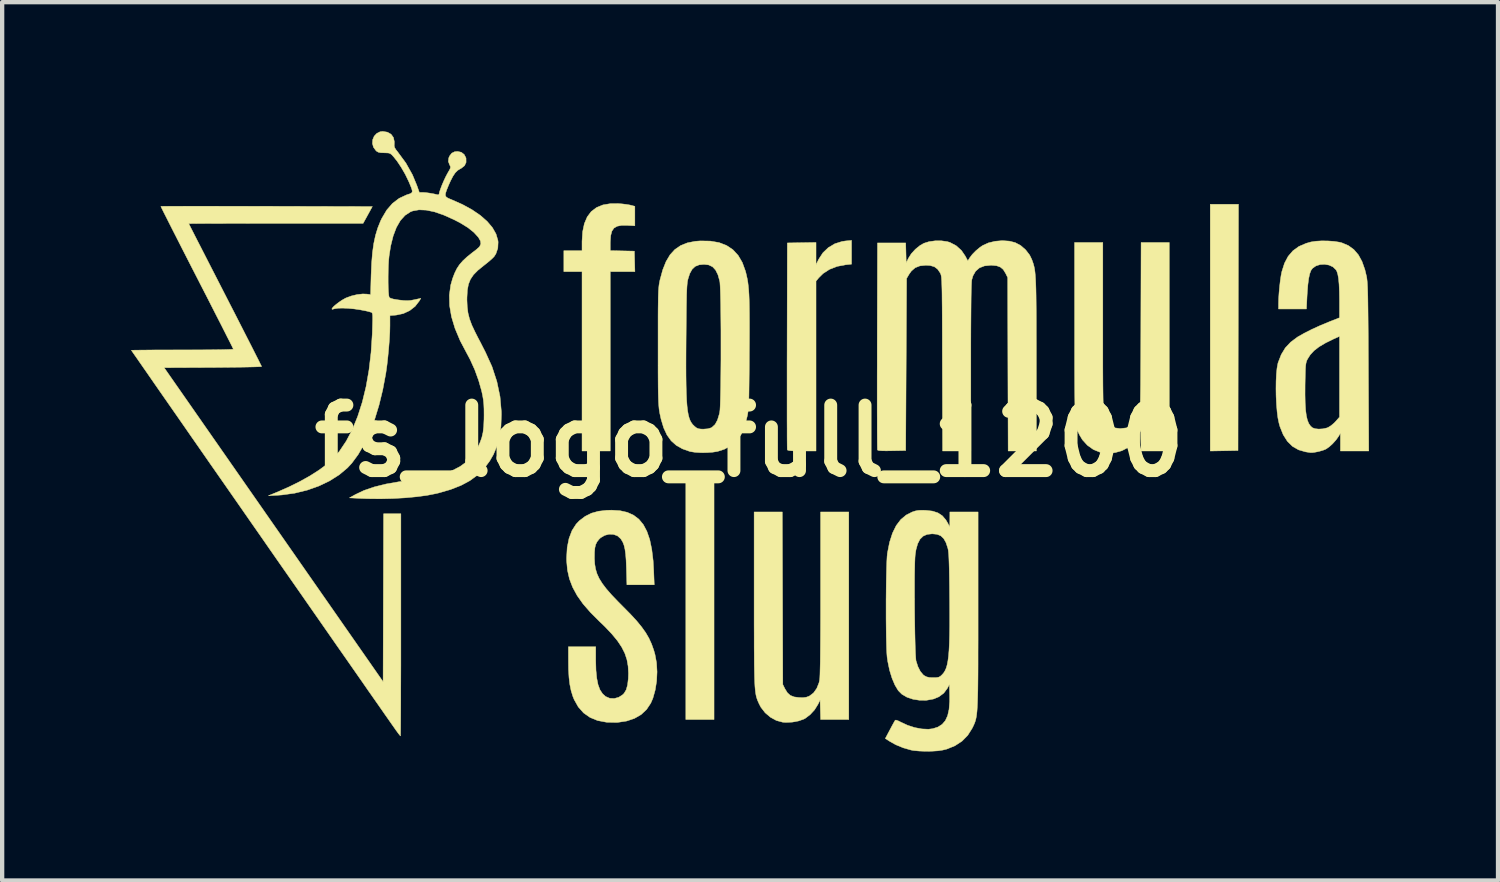
<source format=kicad_pcb>
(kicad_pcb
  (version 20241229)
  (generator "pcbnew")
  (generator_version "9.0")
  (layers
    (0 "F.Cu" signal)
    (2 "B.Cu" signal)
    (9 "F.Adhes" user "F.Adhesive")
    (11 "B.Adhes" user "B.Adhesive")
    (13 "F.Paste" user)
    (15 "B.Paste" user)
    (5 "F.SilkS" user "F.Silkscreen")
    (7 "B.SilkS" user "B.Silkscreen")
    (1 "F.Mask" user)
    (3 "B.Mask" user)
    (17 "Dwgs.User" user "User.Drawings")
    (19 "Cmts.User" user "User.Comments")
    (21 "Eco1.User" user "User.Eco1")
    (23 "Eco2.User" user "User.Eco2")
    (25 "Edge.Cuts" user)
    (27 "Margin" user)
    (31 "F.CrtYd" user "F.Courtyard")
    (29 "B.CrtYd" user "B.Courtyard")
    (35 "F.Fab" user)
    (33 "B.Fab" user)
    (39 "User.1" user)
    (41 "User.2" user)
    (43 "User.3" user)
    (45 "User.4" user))
  (footprint "fs_logo_full_1200"
    (layer "F.Cu")
    (at 14.377 7.202)
    (property "Reference" "fs_logo_full_1200" (at 0 0 0) (layer "F.SilkS") (effects (font (size 1.524 1.524) (thickness 0.3))))
    (attr through_hole)
    (fp_poly (pts (xy -0.826 6.477) (xy -1.482 6.477) (xy -1.482 0.762) (xy -0.826 0.762) (xy -0.826 6.477)) (stroke (width 0.01) (type solid)) (fill yes) (layer "F.SilkS"))
    (fp_poly (pts (xy 11.361 -2.641) (xy 11.356 0.222) (xy 11.033 0.228) (xy 10.71 0.234) (xy 10.71 -5.503) (xy 11.367 -5.503) (xy 11.361 -2.641)) (stroke (width 0.01) (type solid)) (fill yes) (layer "F.SilkS"))
    (fp_poly (pts (xy -2.958 -5.511) (xy -2.861 -5.499) (xy -2.783 -5.486) (xy -2.768 -5.482) (xy -2.667 -5.456) (xy -2.667 -5.003) (xy -2.844 -5.012) (xy -2.978 -5.012) (xy -3.08 -4.992) (xy -3.153 -4.949) (xy -3.201 -4.878) (xy -3.228 -4.775) (xy -3.238 -4.637) (xy -3.239 -4.604) (xy -3.239 -4.425) (xy -2.958 -4.419) (xy -2.678 -4.413) (xy -2.666 -3.937) (xy -3.239 -3.937) (xy -3.239 0.233) (xy -3.895 0.233) (xy -3.895 -3.937) (xy -4.318 -3.937) (xy -4.318 -4.424) (xy -3.895 -4.424) (xy -3.895 -4.642) (xy -3.881 -4.864) (xy -3.841 -5.053) (xy -3.774 -5.21) (xy -3.68 -5.335) (xy -3.558 -5.427) (xy -3.409 -5.488) (xy -3.231 -5.518) (xy -3.059 -5.519) (xy -2.958 -5.511)) (stroke (width 0.01) (type solid)) (fill yes) (layer "F.SilkS"))
    (fp_poly (pts (xy 2.371 -4.111) (xy 2.231 -4.096) (xy 2.033 -4.058) (xy 1.857 -3.989) (xy 1.708 -3.892) (xy 1.61 -3.795) (xy 1.545 -3.716) (xy 1.545 0.233) (xy 1.216 0.233) (xy 1.081 0.232) (xy 0.984 0.229) (xy 0.921 0.223) (xy 0.887 0.214) (xy 0.878 0.206) (xy 0.876 0.182) (xy 0.875 0.118) (xy 0.874 0.017) (xy 0.873 -0.118) (xy 0.873 -0.284) (xy 0.872 -0.479) (xy 0.872 -0.701) (xy 0.872 -0.946) (xy 0.872 -1.211) (xy 0.872 -1.495) (xy 0.872 -1.794) (xy 0.873 -2.105) (xy 0.873 -2.212) (xy 0.878 -4.604) (xy 1.545 -4.615) (xy 1.545 -4.1) (xy 1.609 -4.228) (xy 1.706 -4.376) (xy 1.832 -4.496) (xy 1.982 -4.585) (xy 2.151 -4.638) (xy 2.231 -4.65) (xy 2.371 -4.663) (xy 2.371 -4.111)) (stroke (width 0.01) (type solid)) (fill yes) (layer "F.SilkS"))
    (fp_poly (pts (xy 0.773 5.662) (xy 0.823 5.763) (xy 0.88 5.855) (xy 0.948 5.916) (xy 1.038 5.951) (xy 1.155 5.966) (xy 1.247 5.967) (xy 1.315 5.959) (xy 1.374 5.938) (xy 1.395 5.928) (xy 1.488 5.857) (xy 1.562 5.753) (xy 1.614 5.623) (xy 1.628 5.559) (xy 1.633 5.51) (xy 1.637 5.422) (xy 1.64 5.294) (xy 1.644 5.125) (xy 1.646 4.916) (xy 1.648 4.666) (xy 1.65 4.375) (xy 1.651 4.042) (xy 1.651 3.667) (xy 1.651 3.538) (xy 1.651 1.651) (xy 2.307 1.651) (xy 2.307 6.477) (xy 1.652 6.477) (xy 1.646 6.249) (xy 1.64 6.022) (xy 1.592 6.121) (xy 1.512 6.25) (xy 1.409 6.362) (xy 1.296 6.448) (xy 1.263 6.466) (xy 1.139 6.51) (xy 0.993 6.537) (xy 0.845 6.544) (xy 0.772 6.539) (xy 0.625 6.5) (xy 0.486 6.424) (xy 0.362 6.319) (xy 0.262 6.189) (xy 0.223 6.114) (xy 0.204 6.072) (xy 0.187 6.034) (xy 0.173 5.995) (xy 0.16 5.953) (xy 0.149 5.906) (xy 0.14 5.851) (xy 0.132 5.784) (xy 0.125 5.704) (xy 0.12 5.608) (xy 0.116 5.493) (xy 0.113 5.356) (xy 0.11 5.195) (xy 0.109 5.007) (xy 0.107 4.789) (xy 0.107 4.539) (xy 0.106 4.254) (xy 0.106 3.931) (xy 0.106 3.678) (xy 0.106 1.651) (xy 0.761 1.651) (xy 0.773 5.662)) (stroke (width 0.01) (type solid)) (fill yes) (layer "F.SilkS"))
    (fp_poly (pts (xy 8.213 -2.649) (xy 8.213 -2.307) (xy 8.213 -2.004) (xy 8.213 -1.739) (xy 8.214 -1.507) (xy 8.215 -1.308) (xy 8.217 -1.138) (xy 8.219 -0.994) (xy 8.222 -0.874) (xy 8.227 -0.776) (xy 8.232 -0.696) (xy 8.239 -0.631) (xy 8.247 -0.581) (xy 8.256 -0.541) (xy 8.267 -0.508) (xy 8.28 -0.482) (xy 8.294 -0.458) (xy 8.311 -0.434) (xy 8.318 -0.425) (xy 8.391 -0.35) (xy 8.486 -0.305) (xy 8.608 -0.289) (xy 8.625 -0.289) (xy 8.762 -0.304) (xy 8.873 -0.352) (xy 8.963 -0.434) (xy 9.036 -0.553) (xy 9.054 -0.597) (xy 9.061 -0.615) (xy 9.066 -0.638) (xy 9.071 -0.668) (xy 9.075 -0.709) (xy 9.079 -0.763) (xy 9.082 -0.832) (xy 9.085 -0.919) (xy 9.087 -1.027) (xy 9.089 -1.159) (xy 9.091 -1.316) (xy 9.092 -1.502) (xy 9.093 -1.72) (xy 9.095 -1.971) (xy 9.096 -2.259) (xy 9.097 -2.586) (xy 9.097 -2.651) (xy 9.103 -4.614) (xy 9.758 -4.614) (xy 9.758 0.233) (xy 9.103 0.233) (xy 9.097 -0.005) (xy 9.091 -0.243) (xy 9.039 -0.138) (xy 8.967 -0.022) (xy 8.87 0.084) (xy 8.762 0.172) (xy 8.656 0.227) (xy 8.501 0.27) (xy 8.342 0.285) (xy 8.193 0.274) (xy 8.149 0.263) (xy 7.993 0.199) (xy 7.854 0.1) (xy 7.738 -0.028) (xy 7.672 -0.138) (xy 7.654 -0.176) (xy 7.637 -0.212) (xy 7.623 -0.249) (xy 7.61 -0.289) (xy 7.6 -0.335) (xy 7.59 -0.39) (xy 7.583 -0.457) (xy 7.576 -0.537) (xy 7.571 -0.635) (xy 7.567 -0.751) (xy 7.563 -0.89) (xy 7.561 -1.053) (xy 7.559 -1.244) (xy 7.558 -1.464) (xy 7.557 -1.717) (xy 7.557 -2.005) (xy 7.557 -2.332) (xy 7.557 -2.577) (xy 7.556 -4.614) (xy 8.213 -4.614) (xy 8.213 -2.649)) (stroke (width 0.01) (type solid)) (fill yes) (layer "F.SilkS"))
    (fp_poly (pts (xy -3.014 1.621) (xy -2.845 1.659) (xy -2.698 1.725) (xy -2.574 1.819) (xy -2.47 1.945) (xy -2.387 2.102) (xy -2.321 2.293) (xy -2.274 2.52) (xy -2.242 2.783) (xy -2.229 3.011) (xy -2.216 3.344) (xy -2.852 3.344) (xy -2.863 2.958) (xy -2.87 2.777) (xy -2.881 2.633) (xy -2.897 2.517) (xy -2.919 2.425) (xy -2.948 2.35) (xy -2.987 2.286) (xy -2.998 2.271) (xy -3.071 2.206) (xy -3.164 2.172) (xy -3.266 2.168) (xy -3.369 2.195) (xy -3.463 2.25) (xy -3.501 2.287) (xy -3.546 2.344) (xy -3.577 2.407) (xy -3.596 2.484) (xy -3.605 2.585) (xy -3.607 2.718) (xy -3.607 2.731) (xy -3.6 2.857) (xy -3.581 2.974) (xy -3.548 3.085) (xy -3.497 3.197) (xy -3.425 3.313) (xy -3.331 3.437) (xy -3.21 3.576) (xy -3.061 3.732) (xy -2.943 3.851) (xy -2.77 4.026) (xy -2.626 4.182) (xy -2.51 4.324) (xy -2.415 4.457) (xy -2.339 4.588) (xy -2.278 4.722) (xy -2.227 4.865) (xy -2.199 4.964) (xy -2.163 5.158) (xy -2.151 5.368) (xy -2.161 5.583) (xy -2.194 5.79) (xy -2.247 5.98) (xy -2.297 6.096) (xy -2.394 6.242) (xy -2.521 6.361) (xy -2.677 6.451) (xy -2.859 6.512) (xy -3.065 6.543) (xy -3.291 6.542) (xy -3.334 6.538) (xy -3.534 6.5) (xy -3.709 6.428) (xy -3.859 6.323) (xy -3.982 6.184) (xy -4.078 6.013) (xy -4.11 5.934) (xy -4.15 5.802) (xy -4.179 5.659) (xy -4.198 5.499) (xy -4.209 5.312) (xy -4.211 5.138) (xy -4.212 4.784) (xy -3.577 4.784) (xy -3.577 5.106) (xy -3.571 5.329) (xy -3.553 5.514) (xy -3.523 5.665) (xy -3.479 5.784) (xy -3.42 5.875) (xy -3.347 5.942) (xy -3.346 5.942) (xy -3.25 5.983) (xy -3.145 5.988) (xy -3.041 5.959) (xy -2.948 5.899) (xy -2.917 5.867) (xy -2.868 5.785) (xy -2.836 5.672) (xy -2.819 5.524) (xy -2.815 5.401) (xy -2.824 5.237) (xy -2.851 5.084) (xy -2.9 4.937) (xy -2.973 4.792) (xy -3.073 4.643) (xy -3.203 4.486) (xy -3.364 4.316) (xy -3.49 4.195) (xy -3.7 3.985) (xy -3.873 3.786) (xy -4.01 3.592) (xy -4.114 3.4) (xy -4.188 3.206) (xy -4.234 3.003) (xy -4.253 2.789) (xy -4.254 2.72) (xy -4.24 2.478) (xy -4.197 2.265) (xy -4.128 2.083) (xy -4.031 1.932) (xy -3.956 1.854) (xy -3.823 1.753) (xy -3.678 1.68) (xy -3.513 1.634) (xy -3.322 1.612) (xy -3.208 1.609) (xy -3.014 1.621)) (stroke (width 0.01) (type solid)) (fill yes) (layer "F.SilkS"))
    (fp_poly (pts (xy 6.04 -4.646) (xy 6.175 -4.612) (xy 6.303 -4.544) (xy 6.418 -4.444) (xy 6.512 -4.322) (xy 6.561 -4.221) (xy 6.578 -4.175) (xy 6.593 -4.132) (xy 6.606 -4.088) (xy 6.618 -4.04) (xy 6.628 -3.987) (xy 6.636 -3.924) (xy 6.643 -3.85) (xy 6.649 -3.761) (xy 6.654 -3.656) (xy 6.658 -3.531) (xy 6.661 -3.383) (xy 6.663 -3.21) (xy 6.665 -3.009) (xy 6.666 -2.778) (xy 6.666 -2.513) (xy 6.667 -2.212) (xy 6.667 -1.872) (xy 6.667 -1.773) (xy 6.668 0.233) (xy 6.012 0.233) (xy 6.006 -1.783) (xy 6.001 -3.799) (xy 5.952 -3.899) (xy 5.898 -3.986) (xy 5.831 -4.042) (xy 5.744 -4.074) (xy 5.628 -4.085) (xy 5.607 -4.085) (xy 5.461 -4.07) (xy 5.345 -4.025) (xy 5.256 -3.948) (xy 5.194 -3.84) (xy 5.166 -3.745) (xy 5.162 -3.702) (xy 5.158 -3.619) (xy 5.154 -3.495) (xy 5.151 -3.33) (xy 5.149 -3.125) (xy 5.147 -2.878) (xy 5.145 -2.589) (xy 5.144 -2.259) (xy 5.144 -1.886) (xy 5.144 -1.703) (xy 5.144 0.233) (xy 4.488 0.233) (xy 4.482 -1.794) (xy 4.481 -2.132) (xy 4.481 -2.43) (xy 4.48 -2.692) (xy 4.479 -2.918) (xy 4.478 -3.113) (xy 4.476 -3.279) (xy 4.475 -3.417) (xy 4.473 -3.532) (xy 4.47 -3.625) (xy 4.468 -3.699) (xy 4.464 -3.757) (xy 4.461 -3.802) (xy 4.456 -3.835) (xy 4.451 -3.859) (xy 4.445 -3.878) (xy 4.438 -3.894) (xy 4.433 -3.905) (xy 4.373 -3.993) (xy 4.298 -4.05) (xy 4.199 -4.079) (xy 4.1 -4.085) (xy 3.961 -4.071) (xy 3.851 -4.028) (xy 3.762 -3.951) (xy 3.71 -3.878) (xy 3.651 -3.778) (xy 3.63 0.222) (xy 3.307 0.228) (xy 3.176 0.23) (xy 3.082 0.228) (xy 3.02 0.224) (xy 2.985 0.217) (xy 2.973 0.207) (xy 2.972 0.183) (xy 2.971 0.119) (xy 2.97 0.018) (xy 2.969 -0.117) (xy 2.968 -0.284) (xy 2.968 -0.479) (xy 2.967 -0.701) (xy 2.967 -0.946) (xy 2.967 -1.211) (xy 2.967 -1.495) (xy 2.968 -1.794) (xy 2.968 -2.105) (xy 2.968 -2.212) (xy 2.974 -4.604) (xy 3.63 -4.604) (xy 3.636 -4.372) (xy 3.642 -4.139) (xy 3.692 -4.245) (xy 3.76 -4.353) (xy 3.856 -4.458) (xy 3.965 -4.546) (xy 4.053 -4.596) (xy 4.174 -4.634) (xy 4.316 -4.653) (xy 4.463 -4.653) (xy 4.598 -4.634) (xy 4.66 -4.615) (xy 4.804 -4.539) (xy 4.926 -4.429) (xy 5.014 -4.3) (xy 5.074 -4.187) (xy 5.12 -4.261) (xy 5.178 -4.337) (xy 5.26 -4.421) (xy 5.352 -4.498) (xy 5.419 -4.544) (xy 5.553 -4.605) (xy 5.71 -4.643) (xy 5.877 -4.657) (xy 6.04 -4.646)) (stroke (width 0.01) (type solid)) (fill yes) (layer "F.SilkS"))
    (fp_poly (pts (xy 13.449 -4.65) (xy 13.591 -4.64) (xy 13.714 -4.621) (xy 13.772 -4.606) (xy 13.923 -4.542) (xy 14.049 -4.45) (xy 14.154 -4.328) (xy 14.239 -4.173) (xy 14.306 -3.983) (xy 14.344 -3.825) (xy 14.35 -3.791) (xy 14.355 -3.75) (xy 14.36 -3.701) (xy 14.364 -3.64) (xy 14.368 -3.564) (xy 14.371 -3.472) (xy 14.374 -3.359) (xy 14.376 -3.224) (xy 14.378 -3.064) (xy 14.38 -2.875) (xy 14.382 -2.656) (xy 14.384 -2.403) (xy 14.385 -2.114) (xy 14.387 -1.786) (xy 14.387 -1.709) (xy 14.396 0.233) (xy 13.737 0.233) (xy 13.737 -0.18) (xy 13.693 -0.106) (xy 13.633 -0.022) (xy 13.556 0.064) (xy 13.474 0.138) (xy 13.4 0.189) (xy 13.398 0.19) (xy 13.334 0.216) (xy 13.251 0.24) (xy 13.198 0.252) (xy 13.128 0.265) (xy 13.08 0.271) (xy 13.037 0.27) (xy 12.982 0.262) (xy 12.925 0.253) (xy 12.763 0.206) (xy 12.622 0.125) (xy 12.504 0.008) (xy 12.407 -0.145) (xy 12.331 -0.334) (xy 12.309 -0.413) (xy 12.284 -0.533) (xy 12.265 -0.683) (xy 12.251 -0.851) (xy 12.242 -1.031) (xy 12.241 -1.075) (xy 12.914 -1.075) (xy 12.918 -0.879) (xy 12.928 -0.718) (xy 12.945 -0.588) (xy 12.969 -0.485) (xy 13.001 -0.406) (xy 13.042 -0.347) (xy 13.085 -0.308) (xy 13.147 -0.285) (xy 13.233 -0.276) (xy 13.329 -0.282) (xy 13.419 -0.302) (xy 13.452 -0.315) (xy 13.514 -0.353) (xy 13.583 -0.41) (xy 13.627 -0.455) (xy 13.716 -0.556) (xy 13.716 -2.432) (xy 13.578 -2.371) (xy 13.391 -2.279) (xy 13.241 -2.19) (xy 13.123 -2.099) (xy 13.034 -2.002) (xy 12.973 -1.905) (xy 12.957 -1.873) (xy 12.945 -1.84) (xy 12.936 -1.801) (xy 12.929 -1.75) (xy 12.924 -1.68) (xy 12.921 -1.586) (xy 12.918 -1.462) (xy 12.915 -1.309) (xy 12.914 -1.075) (xy 12.241 -1.075) (xy 12.239 -1.214) (xy 12.241 -1.391) (xy 12.249 -1.553) (xy 12.263 -1.693) (xy 12.283 -1.801) (xy 12.288 -1.82) (xy 12.361 -2.008) (xy 12.456 -2.165) (xy 12.582 -2.299) (xy 12.742 -2.418) (xy 12.751 -2.423) (xy 12.897 -2.506) (xy 13.075 -2.596) (xy 13.277 -2.688) (xy 13.495 -2.778) (xy 13.51 -2.784) (xy 13.716 -2.865) (xy 13.716 -3.258) (xy 13.713 -3.467) (xy 13.706 -3.637) (xy 13.694 -3.772) (xy 13.676 -3.874) (xy 13.653 -3.946) (xy 13.634 -3.979) (xy 13.564 -4.047) (xy 13.472 -4.089) (xy 13.368 -4.107) (xy 13.264 -4.101) (xy 13.168 -4.07) (xy 13.09 -4.016) (xy 13.052 -3.964) (xy 13.023 -3.886) (xy 12.999 -3.776) (xy 12.98 -3.629) (xy 12.966 -3.445) (xy 12.961 -3.362) (xy 12.947 -3.069) (xy 12.298 -3.069) (xy 12.298 -3.191) (xy 12.301 -3.307) (xy 12.31 -3.444) (xy 12.323 -3.588) (xy 12.339 -3.727) (xy 12.357 -3.848) (xy 12.375 -3.937) (xy 12.437 -4.132) (xy 12.522 -4.293) (xy 12.633 -4.422) (xy 12.771 -4.522) (xy 12.941 -4.595) (xy 13.054 -4.627) (xy 13.166 -4.644) (xy 13.302 -4.652) (xy 13.449 -4.65)) (stroke (width 0.01) (type solid)) (fill yes) (layer "F.SilkS"))
    (fp_poly (pts (xy -0.912 -4.647) (xy -0.709 -4.612) (xy -0.535 -4.545) (xy -0.387 -4.446) (xy -0.266 -4.315) (xy -0.169 -4.15) (xy -0.097 -3.952) (xy -0.086 -3.913) (xy -0.069 -3.839) (xy -0.053 -3.767) (xy -0.04 -3.691) (xy -0.03 -3.608) (xy -0.021 -3.515) (xy -0.014 -3.408) (xy -0.009 -3.283) (xy -0.006 -3.137) (xy -0.004 -2.965) (xy -0.003 -2.766) (xy -0.003 -2.533) (xy -0.004 -2.265) (xy -0.006 -2.043) (xy -0.007 -1.775) (xy -0.009 -1.545) (xy -0.011 -1.351) (xy -0.013 -1.189) (xy -0.015 -1.054) (xy -0.018 -0.943) (xy -0.022 -0.853) (xy -0.026 -0.78) (xy -0.031 -0.721) (xy -0.037 -0.671) (xy -0.044 -0.627) (xy -0.052 -0.586) (xy -0.058 -0.561) (xy -0.099 -0.397) (xy -0.142 -0.267) (xy -0.19 -0.162) (xy -0.247 -0.074) (xy -0.296 -0.015) (xy -0.431 0.106) (xy -0.585 0.192) (xy -0.743 0.243) (xy -0.856 0.261) (xy -0.991 0.271) (xy -1.133 0.272) (xy -1.266 0.264) (xy -1.375 0.247) (xy -1.391 0.243) (xy -1.561 0.183) (xy -1.704 0.102) (xy -1.823 -0.004) (xy -1.92 -0.139) (xy -1.997 -0.305) (xy -2.058 -0.507) (xy -2.088 -0.646) (xy -2.096 -0.692) (xy -2.103 -0.739) (xy -2.108 -0.792) (xy -2.113 -0.853) (xy -2.117 -0.927) (xy -2.12 -1.016) (xy -2.123 -1.125) (xy -2.125 -1.257) (xy -2.126 -1.415) (xy -2.127 -1.603) (xy -2.127 -1.756) (xy -1.479 -1.756) (xy -1.478 -1.506) (xy -1.475 -1.289) (xy -1.47 -1.102) (xy -1.463 -0.944) (xy -1.453 -0.811) (xy -1.44 -0.701) (xy -1.424 -0.61) (xy -1.404 -0.535) (xy -1.381 -0.474) (xy -1.353 -0.424) (xy -1.322 -0.382) (xy -1.285 -0.346) (xy -1.279 -0.34) (xy -1.232 -0.303) (xy -1.187 -0.284) (xy -1.127 -0.276) (xy -1.073 -0.275) (xy -0.969 -0.283) (xy -0.893 -0.306) (xy -0.874 -0.317) (xy -0.802 -0.383) (xy -0.746 -0.486) (xy -0.703 -0.627) (xy -0.694 -0.669) (xy -0.688 -0.722) (xy -0.683 -0.813) (xy -0.679 -0.936) (xy -0.675 -1.088) (xy -0.671 -1.264) (xy -0.669 -1.46) (xy -0.667 -1.67) (xy -0.665 -1.891) (xy -0.665 -2.117) (xy -0.665 -2.345) (xy -0.665 -2.571) (xy -0.667 -2.788) (xy -0.669 -2.993) (xy -0.671 -3.182) (xy -0.675 -3.35) (xy -0.679 -3.492) (xy -0.684 -3.604) (xy -0.689 -3.682) (xy -0.693 -3.713) (xy -0.735 -3.863) (xy -0.79 -3.974) (xy -0.861 -4.05) (xy -0.951 -4.093) (xy -1.058 -4.106) (xy -1.173 -4.095) (xy -1.265 -4.058) (xy -1.335 -3.992) (xy -1.391 -3.891) (xy -1.431 -3.766) (xy -1.439 -3.733) (xy -1.446 -3.693) (xy -1.451 -3.644) (xy -1.456 -3.581) (xy -1.46 -3.501) (xy -1.464 -3.401) (xy -1.466 -3.277) (xy -1.469 -3.126) (xy -1.471 -2.944) (xy -1.473 -2.728) (xy -1.475 -2.475) (xy -1.476 -2.371) (xy -1.478 -2.044) (xy -1.479 -1.756) (xy -2.127 -1.756) (xy -2.127 -1.825) (xy -2.127 -2.085) (xy -2.127 -2.201) (xy -2.127 -2.474) (xy -2.127 -2.708) (xy -2.127 -2.906) (xy -2.126 -3.073) (xy -2.124 -3.212) (xy -2.123 -3.326) (xy -2.12 -3.419) (xy -2.117 -3.495) (xy -2.112 -3.556) (xy -2.107 -3.608) (xy -2.101 -3.652) (xy -2.093 -3.693) (xy -2.085 -3.734) (xy -2.082 -3.747) (xy -2.019 -3.978) (xy -1.942 -4.171) (xy -1.849 -4.328) (xy -1.737 -4.451) (xy -1.603 -4.543) (xy -1.446 -4.606) (xy -1.263 -4.642) (xy -1.143 -4.651) (xy -0.912 -4.647)) (stroke (width 0.01) (type solid)) (fill yes) (layer "F.SilkS"))
    (fp_poly (pts (xy -12.551 -5.458) (xy -12.286 -5.457) (xy -12.002 -5.457) (xy -11.702 -5.457) (xy -11.389 -5.456) (xy -11.225 -5.456) (xy -8.77 -5.45) (xy -8.877 -5.255) (xy -8.985 -5.059) (xy -11.012 -5.059) (xy -11.301 -5.059) (xy -11.577 -5.059) (xy -11.839 -5.058) (xy -12.082 -5.058) (xy -12.305 -5.057) (xy -12.503 -5.057) (xy -12.675 -5.056) (xy -12.817 -5.056) (xy -12.926 -5.055) (xy -13 -5.054) (xy -13.036 -5.053) (xy -13.039 -5.053) (xy -13.029 -5.034) (xy -13.002 -4.979) (xy -12.958 -4.893) (xy -12.899 -4.777) (xy -12.826 -4.634) (xy -12.74 -4.467) (xy -12.644 -4.279) (xy -12.538 -4.072) (xy -12.423 -3.848) (xy -12.302 -3.612) (xy -12.192 -3.397) (xy -12.066 -3.151) (xy -11.945 -2.916) (xy -11.832 -2.694) (xy -11.727 -2.488) (xy -11.632 -2.302) (xy -11.548 -2.137) (xy -11.477 -1.996) (xy -11.419 -1.882) (xy -11.378 -1.798) (xy -11.352 -1.747) (xy -11.345 -1.731) (xy -11.366 -1.728) (xy -11.425 -1.725) (xy -11.518 -1.722) (xy -11.643 -1.719) (xy -11.794 -1.716) (xy -11.968 -1.714) (xy -12.161 -1.712) (xy -12.369 -1.71) (xy -12.478 -1.709) (xy -13.611 -1.704) (xy -8.52 5.598) (xy -8.509 1.693) (xy -8.107 1.693) (xy -8.107 4.276) (xy -8.107 4.603) (xy -8.107 4.917) (xy -8.107 5.218) (xy -8.108 5.501) (xy -8.109 5.765) (xy -8.109 6.006) (xy -8.11 6.223) (xy -8.111 6.412) (xy -8.112 6.571) (xy -8.113 6.698) (xy -8.114 6.789) (xy -8.115 6.844) (xy -8.116 6.858) (xy -8.132 6.842) (xy -8.166 6.8) (xy -8.21 6.739) (xy -8.22 6.726) (xy -8.254 6.677) (xy -8.311 6.596) (xy -8.388 6.486) (xy -8.484 6.349) (xy -8.598 6.185) (xy -8.729 5.998) (xy -8.876 5.788) (xy -9.036 5.557) (xy -9.21 5.308) (xy -9.396 5.041) (xy -9.593 4.76) (xy -9.798 4.465) (xy -10.012 4.158) (xy -10.233 3.841) (xy -10.459 3.516) (xy -10.69 3.185) (xy -10.924 2.85) (xy -11.16 2.511) (xy -11.396 2.171) (xy -11.632 1.833) (xy -11.866 1.496) (xy -12.097 1.165) (xy -12.324 0.839) (xy -12.546 0.521) (xy -12.76 0.213) (xy -12.967 -0.084) (xy -13.164 -0.368) (xy -13.351 -0.637) (xy -13.526 -0.888) (xy -13.689 -1.122) (xy -13.837 -1.335) (xy -13.969 -1.526) (xy -14.085 -1.693) (xy -14.183 -1.834) (xy -14.262 -1.948) (xy -14.321 -2.032) (xy -14.358 -2.086) (xy -14.372 -2.107) (xy -14.372 -2.107) (xy -14.352 -2.109) (xy -14.293 -2.111) (xy -14.199 -2.112) (xy -14.074 -2.113) (xy -13.922 -2.115) (xy -13.746 -2.116) (xy -13.551 -2.116) (xy -13.341 -2.117) (xy -13.187 -2.117) (xy -12.967 -2.117) (xy -12.761 -2.118) (xy -12.571 -2.119) (xy -12.403 -2.121) (xy -12.259 -2.123) (xy -12.143 -2.126) (xy -12.059 -2.129) (xy -12.012 -2.132) (xy -12.002 -2.134) (xy -12.011 -2.155) (xy -12.038 -2.211) (xy -12.082 -2.299) (xy -12.142 -2.416) (xy -12.215 -2.561) (xy -12.3 -2.729) (xy -12.397 -2.918) (xy -12.503 -3.126) (xy -12.617 -3.35) (xy -12.739 -3.587) (xy -12.848 -3.8) (xy -12.974 -4.045) (xy -13.094 -4.28) (xy -13.207 -4.501) (xy -13.311 -4.706) (xy -13.406 -4.892) (xy -13.489 -5.056) (xy -13.559 -5.195) (xy -13.616 -5.307) (xy -13.657 -5.39) (xy -13.681 -5.44) (xy -13.687 -5.455) (xy -13.665 -5.455) (xy -13.604 -5.456) (xy -13.506 -5.457) (xy -13.373 -5.457) (xy -13.209 -5.457) (xy -13.015 -5.458) (xy -12.795 -5.458) (xy -12.551 -5.458)) (stroke (width 0.01) (type solid)) (fill yes) (layer "F.SilkS"))
    (fp_poly (pts (xy 4.096 1.613) (xy 4.253 1.631) (xy 4.379 1.672) (xy 4.481 1.739) (xy 4.564 1.836) (xy 4.611 1.916) (xy 4.655 2) (xy 4.656 1.826) (xy 4.657 1.651) (xy 5.313 1.651) (xy 5.313 3.925) (xy 5.313 4.3) (xy 5.313 4.636) (xy 5.312 4.934) (xy 5.312 5.198) (xy 5.311 5.429) (xy 5.309 5.631) (xy 5.307 5.805) (xy 5.303 5.954) (xy 5.299 6.081) (xy 5.294 6.188) (xy 5.288 6.279) (xy 5.28 6.354) (xy 5.271 6.417) (xy 5.26 6.47) (xy 5.247 6.516) (xy 5.233 6.557) (xy 5.216 6.596) (xy 5.198 6.635) (xy 5.177 6.677) (xy 5.175 6.681) (xy 5.072 6.844) (xy 4.938 6.98) (xy 4.774 7.087) (xy 4.584 7.164) (xy 4.491 7.187) (xy 4.378 7.204) (xy 4.239 7.213) (xy 4.089 7.215) (xy 3.942 7.209) (xy 3.813 7.197) (xy 3.754 7.186) (xy 3.575 7.135) (xy 3.398 7.062) (xy 3.262 6.986) (xy 3.156 6.918) (xy 3.264 6.714) (xy 3.309 6.629) (xy 3.348 6.558) (xy 3.376 6.509) (xy 3.387 6.491) (xy 3.412 6.491) (xy 3.462 6.51) (xy 3.516 6.537) (xy 3.673 6.61) (xy 3.84 6.664) (xy 4.006 6.695) (xy 4.159 6.702) (xy 4.258 6.69) (xy 4.38 6.651) (xy 4.477 6.589) (xy 4.552 6.502) (xy 4.605 6.387) (xy 4.638 6.24) (xy 4.652 6.059) (xy 4.652 5.924) (xy 4.646 5.662) (xy 4.599 5.75) (xy 4.515 5.863) (xy 4.401 5.948) (xy 4.277 5.999) (xy 4.118 6.028) (xy 3.956 6.029) (xy 3.801 6.005) (xy 3.66 5.958) (xy 3.541 5.888) (xy 3.457 5.804) (xy 3.38 5.676) (xy 3.312 5.515) (xy 3.255 5.33) (xy 3.213 5.128) (xy 3.198 5.027) (xy 3.192 4.949) (xy 3.186 4.834) (xy 3.182 4.69) (xy 3.178 4.521) (xy 3.176 4.333) (xy 3.174 4.132) (xy 3.174 3.922) (xy 3.174 3.709) (xy 3.176 3.5) (xy 3.176 3.475) (xy 3.835 3.475) (xy 3.835 3.675) (xy 3.836 3.881) (xy 3.838 4.086) (xy 3.841 4.287) (xy 3.844 4.476) (xy 3.848 4.651) (xy 3.852 4.805) (xy 3.857 4.935) (xy 3.863 5.033) (xy 3.868 5.097) (xy 3.871 5.112) (xy 3.913 5.244) (xy 3.969 5.355) (xy 4.036 5.436) (xy 4.062 5.456) (xy 4.118 5.485) (xy 4.185 5.5) (xy 4.27 5.503) (xy 4.347 5.501) (xy 4.397 5.492) (xy 4.436 5.471) (xy 4.477 5.433) (xy 4.513 5.392) (xy 4.544 5.342) (xy 4.571 5.282) (xy 4.593 5.207) (xy 4.611 5.115) (xy 4.626 5.003) (xy 4.637 4.868) (xy 4.645 4.707) (xy 4.65 4.517) (xy 4.653 4.294) (xy 4.653 4.036) (xy 4.652 3.74) (xy 4.651 3.64) (xy 4.649 3.391) (xy 4.646 3.18) (xy 4.643 3.005) (xy 4.639 2.862) (xy 4.635 2.747) (xy 4.631 2.657) (xy 4.625 2.588) (xy 4.619 2.537) (xy 4.611 2.5) (xy 4.611 2.498) (xy 4.567 2.364) (xy 4.513 2.268) (xy 4.446 2.205) (xy 4.36 2.17) (xy 4.25 2.159) (xy 4.244 2.159) (xy 4.128 2.172) (xy 4.035 2.213) (xy 3.962 2.285) (xy 3.908 2.39) (xy 3.869 2.53) (xy 3.851 2.65) (xy 3.846 2.717) (xy 3.842 2.819) (xy 3.839 2.951) (xy 3.836 3.107) (xy 3.835 3.283) (xy 3.835 3.475) (xy 3.176 3.475) (xy 3.178 3.299) (xy 3.182 3.112) (xy 3.186 2.944) (xy 3.191 2.801) (xy 3.197 2.689) (xy 3.204 2.612) (xy 3.206 2.603) (xy 3.255 2.355) (xy 3.323 2.143) (xy 3.409 1.968) (xy 3.515 1.828) (xy 3.642 1.722) (xy 3.78 1.652) (xy 3.852 1.628) (xy 3.92 1.615) (xy 3.999 1.611) (xy 4.096 1.613)) (stroke (width 0.01) (type solid)) (fill yes) (layer "F.SilkS"))
    (fp_poly (pts (xy -8.419 -7.179) (xy -8.335 -7.131) (xy -8.28 -7.055) (xy -8.259 -6.958) (xy -8.26 -6.913) (xy -8.262 -6.861) (xy -8.251 -6.819) (xy -8.221 -6.771) (xy -8.181 -6.72) (xy -7.991 -6.462) (xy -7.838 -6.189) (xy -7.736 -5.943) (xy -7.678 -5.779) (xy -7.599 -5.779) (xy -7.526 -5.774) (xy -7.433 -5.761) (xy -7.338 -5.744) (xy -7.261 -5.726) (xy -7.255 -5.724) (xy -7.224 -5.726) (xy -7.218 -5.744) (xy -7.209 -5.788) (xy -7.185 -5.86) (xy -7.151 -5.949) (xy -7.11 -6.045) (xy -7.067 -6.137) (xy -7.026 -6.215) (xy -7.014 -6.236) (xy -6.975 -6.303) (xy -6.956 -6.345) (xy -6.954 -6.376) (xy -6.966 -6.405) (xy -6.973 -6.417) (xy -7.003 -6.497) (xy -6.995 -6.577) (xy -6.974 -6.626) (xy -6.924 -6.691) (xy -6.855 -6.725) (xy -6.788 -6.731) (xy -6.702 -6.712) (xy -6.635 -6.66) (xy -6.595 -6.584) (xy -6.592 -6.571) (xy -6.591 -6.476) (xy -6.628 -6.399) (xy -6.704 -6.339) (xy -6.722 -6.33) (xy -6.785 -6.292) (xy -6.842 -6.236) (xy -6.896 -6.156) (xy -6.953 -6.046) (xy -6.999 -5.943) (xy -7.042 -5.837) (xy -7.067 -5.763) (xy -7.073 -5.712) (xy -7.056 -5.676) (xy -7.017 -5.648) (xy -6.953 -5.62) (xy -6.932 -5.612) (xy -6.677 -5.499) (xy -6.452 -5.376) (xy -6.259 -5.244) (xy -6.101 -5.105) (xy -5.979 -4.961) (xy -5.895 -4.813) (xy -5.851 -4.664) (xy -5.846 -4.625) (xy -5.853 -4.482) (xy -5.897 -4.353) (xy -5.939 -4.287) (xy -5.976 -4.249) (xy -6.038 -4.193) (xy -6.115 -4.129) (xy -6.184 -4.075) (xy -6.318 -3.966) (xy -6.419 -3.863) (xy -6.49 -3.758) (xy -6.536 -3.642) (xy -6.561 -3.506) (xy -6.57 -3.341) (xy -6.571 -3.281) (xy -6.564 -3.118) (xy -6.546 -2.975) (xy -6.511 -2.837) (xy -6.458 -2.694) (xy -6.382 -2.533) (xy -6.364 -2.498) (xy -6.317 -2.405) (xy -6.257 -2.291) (xy -6.195 -2.169) (xy -6.142 -2.066) (xy -5.988 -1.727) (xy -5.875 -1.381) (xy -5.802 -1.032) (xy -5.771 -0.682) (xy -5.77 -0.614) (xy -5.78 -0.343) (xy -5.813 -0.103) (xy -5.871 0.115) (xy -5.955 0.315) (xy -6.044 0.469) (xy -6.174 0.643) (xy -6.326 0.794) (xy -6.504 0.924) (xy -6.712 1.035) (xy -6.952 1.129) (xy -7.228 1.209) (xy -7.292 1.224) (xy -7.5 1.265) (xy -7.742 1.297) (xy -8.009 1.322) (xy -8.292 1.338) (xy -8.583 1.345) (xy -8.873 1.342) (xy -9.038 1.336) (xy -9.303 1.323) (xy -9.165 1.246) (xy -8.965 1.151) (xy -8.726 1.069) (xy -8.449 1) (xy -8.137 0.946) (xy -7.938 0.921) (xy -7.625 0.879) (xy -7.35 0.827) (xy -7.112 0.763) (xy -6.907 0.686) (xy -6.732 0.595) (xy -6.584 0.488) (xy -6.461 0.364) (xy -6.36 0.222) (xy -6.323 0.156) (xy -6.267 0.037) (xy -6.225 -0.079) (xy -6.197 -0.201) (xy -6.181 -0.34) (xy -6.174 -0.505) (xy -6.173 -0.603) (xy -6.174 -0.744) (xy -6.179 -0.856) (xy -6.189 -0.952) (xy -6.205 -1.048) (xy -6.228 -1.156) (xy -6.228 -1.158) (xy -6.298 -1.404) (xy -6.389 -1.656) (xy -6.497 -1.894) (xy -6.569 -2.029) (xy -6.728 -2.33) (xy -6.848 -2.616) (xy -6.93 -2.887) (xy -6.974 -3.145) (xy -6.98 -3.39) (xy -6.948 -3.624) (xy -6.904 -3.778) (xy -6.857 -3.901) (xy -6.806 -4.005) (xy -6.745 -4.098) (xy -6.667 -4.188) (xy -6.568 -4.28) (xy -6.441 -4.382) (xy -6.35 -4.451) (xy -6.279 -4.515) (xy -6.248 -4.58) (xy -6.257 -4.65) (xy -6.304 -4.733) (xy -6.306 -4.736) (xy -6.408 -4.848) (xy -6.548 -4.96) (xy -6.73 -5.072) (xy -6.869 -5.144) (xy -7.11 -5.252) (xy -7.326 -5.327) (xy -7.518 -5.367) (xy -7.686 -5.374) (xy -7.83 -5.348) (xy -7.885 -5.327) (xy -8.01 -5.245) (xy -8.119 -5.124) (xy -8.211 -4.964) (xy -8.286 -4.766) (xy -8.345 -4.53) (xy -8.381 -4.297) (xy -8.39 -4.201) (xy -8.397 -4.085) (xy -8.401 -3.956) (xy -8.403 -3.823) (xy -8.403 -3.692) (xy -8.401 -3.571) (xy -8.396 -3.468) (xy -8.389 -3.39) (xy -8.38 -3.344) (xy -8.377 -3.338) (xy -8.345 -3.317) (xy -8.282 -3.299) (xy -8.183 -3.282) (xy -8.146 -3.277) (xy -8.038 -3.265) (xy -7.956 -3.262) (xy -7.882 -3.267) (xy -7.802 -3.282) (xy -7.792 -3.284) (xy -7.643 -3.316) (xy -7.679 -3.254) (xy -7.776 -3.129) (xy -7.902 -3.031) (xy -8.05 -2.962) (xy -8.214 -2.927) (xy -8.226 -2.926) (xy -8.361 -2.915) (xy -8.361 -2.678) (xy -8.364 -2.531) (xy -8.374 -2.355) (xy -8.389 -2.161) (xy -8.408 -1.962) (xy -8.429 -1.77) (xy -8.453 -1.598) (xy -8.457 -1.571) (xy -8.528 -1.191) (xy -8.615 -0.833) (xy -8.717 -0.5) (xy -8.833 -0.196) (xy -8.961 0.077) (xy -9.1 0.316) (xy -9.249 0.518) (xy -9.348 0.625) (xy -9.54 0.786) (xy -9.764 0.928) (xy -10.015 1.048) (xy -10.287 1.144) (xy -10.575 1.214) (xy -10.872 1.255) (xy -10.973 1.262) (xy -11.187 1.273) (xy -10.975 1.186) (xy -10.706 1.067) (xy -10.452 0.941) (xy -10.219 0.811) (xy -10.011 0.678) (xy -9.834 0.548) (xy -9.709 0.437) (xy -9.535 0.239) (xy -9.377 0.003) (xy -9.235 -0.267) (xy -9.111 -0.57) (xy -9.004 -0.903) (xy -8.916 -1.264) (xy -8.848 -1.651) (xy -8.8 -2.06) (xy -8.772 -2.491) (xy -8.77 -2.553) (xy -8.766 -2.698) (xy -8.763 -2.806) (xy -8.763 -2.883) (xy -8.765 -2.934) (xy -8.771 -2.965) (xy -8.779 -2.982) (xy -8.791 -2.99) (xy -8.797 -2.992) (xy -8.915 -3.023) (xy -9.05 -3.049) (xy -9.191 -3.07) (xy -9.331 -3.083) (xy -9.46 -3.089) (xy -9.568 -3.086) (xy -9.647 -3.074) (xy -9.661 -3.07) (xy -9.702 -3.06) (xy -9.712 -3.069) (xy -9.697 -3.095) (xy -9.662 -3.133) (xy -9.61 -3.177) (xy -9.547 -3.225) (xy -9.478 -3.272) (xy -9.406 -3.313) (xy -9.385 -3.324) (xy -9.262 -3.37) (xy -9.126 -3.403) (xy -8.992 -3.418) (xy -8.895 -3.414) (xy -8.811 -3.403) (xy -8.799 -3.855) (xy -8.787 -4.134) (xy -8.767 -4.378) (xy -8.737 -4.592) (xy -8.696 -4.782) (xy -8.643 -4.956) (xy -8.577 -5.119) (xy -8.55 -5.175) (xy -8.436 -5.368) (xy -8.302 -5.523) (xy -8.147 -5.641) (xy -7.973 -5.722) (xy -7.949 -5.73) (xy -7.895 -5.747) (xy -7.86 -5.765) (xy -7.843 -5.79) (xy -7.845 -5.828) (xy -7.864 -5.888) (xy -7.9 -5.976) (xy -7.928 -6.041) (xy -8.005 -6.2) (xy -8.097 -6.359) (xy -8.194 -6.505) (xy -8.272 -6.603) (xy -8.318 -6.654) (xy -8.355 -6.682) (xy -8.397 -6.695) (xy -8.46 -6.698) (xy -8.494 -6.699) (xy -8.575 -6.702) (xy -8.628 -6.712) (xy -8.667 -6.733) (xy -8.687 -6.751) (xy -8.744 -6.829) (xy -8.768 -6.916) (xy -8.762 -7.004) (xy -8.728 -7.085) (xy -8.669 -7.149) (xy -8.59 -7.189) (xy -8.527 -7.197) (xy -8.419 -7.179)) (stroke (width 0.01) (type solid)) (fill yes) (layer "F.SilkS")))
  (gr_rect
    (start -3 -3)
    (end 31.778 17.421)
    (stroke (width 0.1) (type default))
    (fill no)
    (layer "Edge.Cuts")))
</source>
